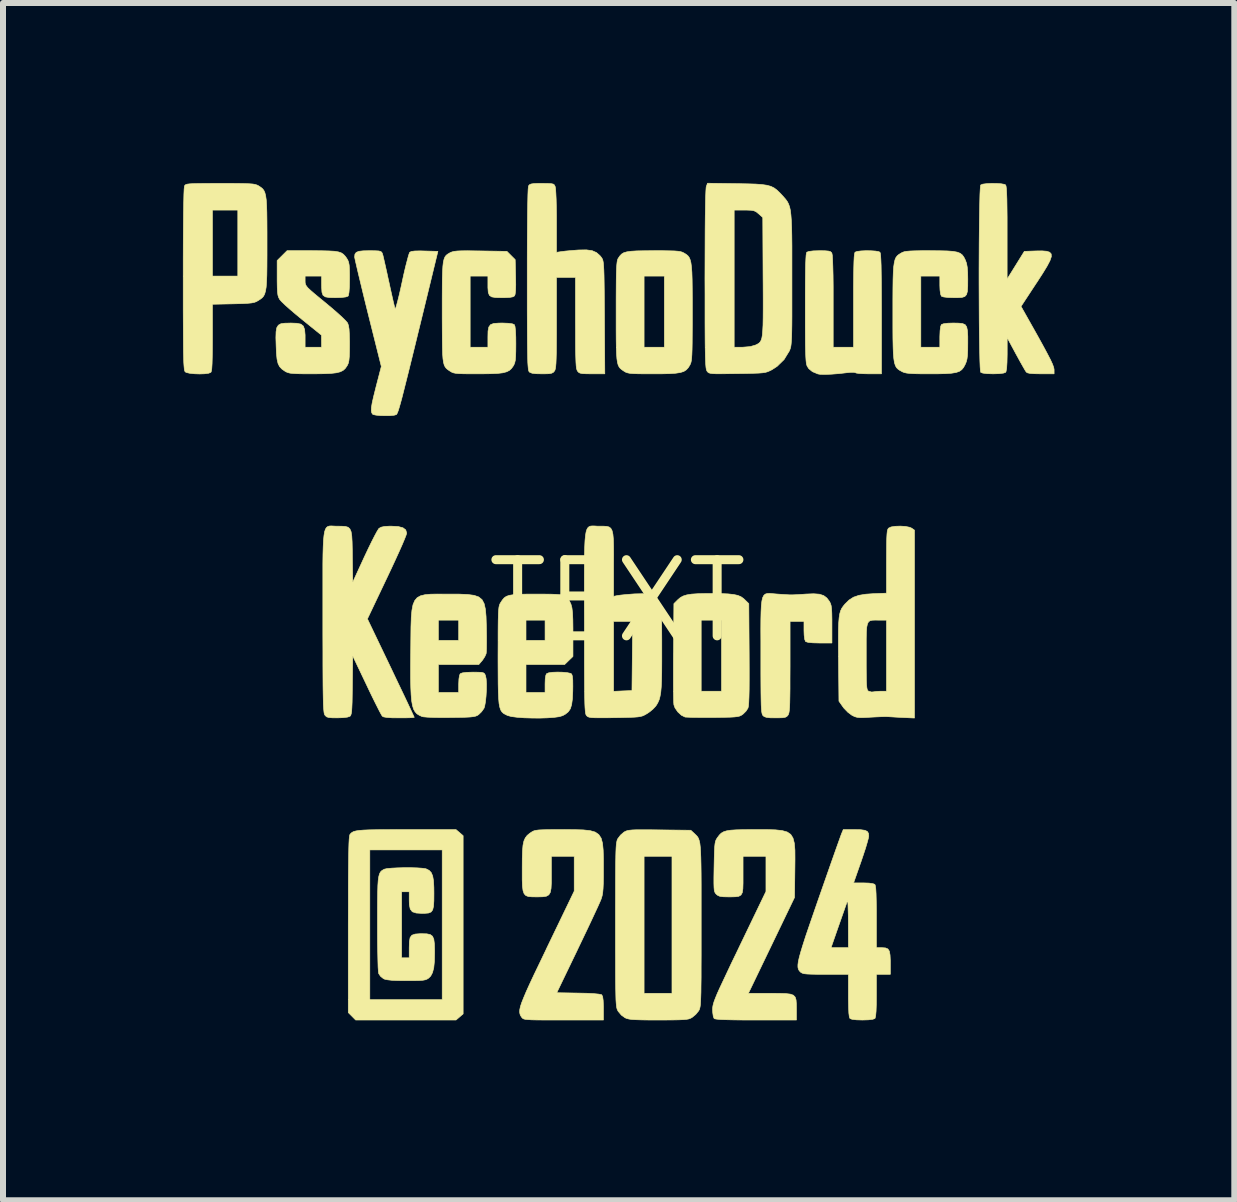
<source format=kicad_pcb>
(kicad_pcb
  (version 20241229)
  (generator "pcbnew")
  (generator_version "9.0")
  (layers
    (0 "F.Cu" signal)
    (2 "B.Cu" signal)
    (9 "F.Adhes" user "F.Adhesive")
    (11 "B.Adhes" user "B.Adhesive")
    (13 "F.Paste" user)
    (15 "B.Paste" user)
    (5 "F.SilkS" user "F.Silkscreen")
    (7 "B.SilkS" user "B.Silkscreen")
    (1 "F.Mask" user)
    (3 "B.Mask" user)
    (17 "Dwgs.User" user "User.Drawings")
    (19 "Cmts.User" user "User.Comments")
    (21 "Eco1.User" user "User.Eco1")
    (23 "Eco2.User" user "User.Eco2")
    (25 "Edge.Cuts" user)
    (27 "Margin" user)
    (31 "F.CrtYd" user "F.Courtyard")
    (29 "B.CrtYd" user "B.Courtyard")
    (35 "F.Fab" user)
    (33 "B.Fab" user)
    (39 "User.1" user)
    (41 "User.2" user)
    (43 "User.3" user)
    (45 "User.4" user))
  (footprint "TEXT"
    (layer "F.Cu")
    (at 7.244 6.972)
    (property "Reference" "TEXT" (at 0 0 0) (layer "F.SilkS") (effects (font (size 1.27 1.27) (thickness 0.15))))
    (attr through_hole)
    (fp_poly (pts (xy -2.631 3.861) (xy -2.572 3.912) (xy -2.572 6.883) (xy -2.691 6.985) (xy -4.364 6.985) (xy -4.487 6.861) (xy -4.487 5.394) (xy -4.486 5.092) (xy -4.486 4.83) (xy -4.485 4.606) (xy -4.483 4.417) (xy -4.481 4.261) (xy -4.479 4.149) (xy -4.128 4.149) (xy -4.128 6.646) (xy -2.921 6.646) (xy -2.921 4.149) (xy -4.128 4.149) (xy -4.479 4.149) (xy -4.479 4.136) (xy -4.476 4.04) (xy -4.472 3.969) (xy -4.467 3.923) (xy -4.462 3.897) (xy -4.46 3.893) (xy -4.443 3.872) (xy -4.423 3.856) (xy -4.396 3.842) (xy -4.357 3.832) (xy -4.304 3.824) (xy -4.231 3.818) (xy -4.135 3.814) (xy -4.012 3.812) (xy -3.857 3.811) (xy -3.667 3.81) (xy -3.516 3.81) (xy -2.691 3.81) (xy -2.631 3.861)) (stroke (width 0.01) (type solid)) (fill yes) (layer "F.SilkS"))
    (fp_poly (pts (xy 1.724 -0.125) (xy 1.845 -0.12) (xy 1.937 -0.11) (xy 2.007 -0.095) (xy 2.06 -0.073) (xy 2.104 -0.042) (xy 2.125 -0.022) (xy 2.191 0.043) (xy 2.197 0.883) (xy 2.198 1.119) (xy 2.198 1.316) (xy 2.197 1.474) (xy 2.194 1.598) (xy 2.19 1.689) (xy 2.185 1.749) (xy 2.178 1.782) (xy 2.178 1.783) (xy 2.144 1.836) (xy 2.093 1.886) (xy 2.087 1.89) (xy 2.063 1.906) (xy 2.036 1.918) (xy 2 1.926) (xy 1.95 1.932) (xy 1.878 1.936) (xy 1.778 1.938) (xy 1.644 1.94) (xy 1.598 1.94) (xy 1.466 1.94) (xy 1.345 1.94) (xy 1.244 1.939) (xy 1.17 1.936) (xy 1.13 1.934) (xy 1.127 1.933) (xy 1.068 1.904) (xy 1.008 1.849) (xy 0.961 1.782) (xy 0.942 1.73) (xy 0.939 1.693) (xy 0.937 1.62) (xy 0.935 1.515) (xy 0.934 1.382) (xy 0.934 1.228) (xy 0.934 1.057) (xy 0.935 0.874) (xy 0.936 0.852) (xy 0.94 0.318) (xy 1.397 0.318) (xy 1.397 1.503) (xy 1.736 1.503) (xy 1.736 0.318) (xy 1.397 0.318) (xy 0.94 0.318) (xy 0.942 0.043) (xy 1.007 -0.022) (xy 1.049 -0.058) (xy 1.096 -0.084) (xy 1.156 -0.103) (xy 1.236 -0.116) (xy 1.341 -0.123) (xy 1.479 -0.126) (xy 1.566 -0.126) (xy 1.724 -0.125)) (stroke (width 0.01) (type solid)) (fill yes) (layer "F.SilkS"))
    (fp_poly (pts (xy 2.584 -0.124) (xy 2.642 -0.119) (xy 2.653 -0.118) (xy 2.741 -0.112) (xy 2.819 -0.107) (xy 2.872 -0.104) (xy 2.879 -0.104) (xy 2.922 -0.104) (xy 2.996 -0.107) (xy 3.087 -0.113) (xy 3.144 -0.117) (xy 3.272 -0.122) (xy 3.368 -0.115) (xy 3.439 -0.092) (xy 3.492 -0.052) (xy 3.536 0.006) (xy 3.552 0.038) (xy 3.564 0.076) (xy 3.571 0.127) (xy 3.575 0.2) (xy 3.577 0.303) (xy 3.577 0.386) (xy 3.577 0.699) (xy 3.37 0.699) (xy 3.257 0.696) (xy 3.179 0.688) (xy 3.139 0.675) (xy 3.137 0.673) (xy 3.123 0.638) (xy 3.114 0.57) (xy 3.111 0.493) (xy 3.111 0.339) (xy 2.879 0.339) (xy 2.879 1.096) (xy 2.878 1.299) (xy 2.878 1.464) (xy 2.876 1.595) (xy 2.874 1.697) (xy 2.871 1.772) (xy 2.866 1.827) (xy 2.86 1.864) (xy 2.852 1.888) (xy 2.846 1.9) (xy 2.825 1.924) (xy 2.797 1.938) (xy 2.75 1.945) (xy 2.676 1.947) (xy 2.637 1.947) (xy 2.545 1.946) (xy 2.486 1.939) (xy 2.448 1.926) (xy 2.427 1.909) (xy 2.419 1.896) (xy 2.412 1.876) (xy 2.406 1.845) (xy 2.402 1.8) (xy 2.398 1.735) (xy 2.396 1.649) (xy 2.394 1.536) (xy 2.393 1.394) (xy 2.392 1.218) (xy 2.392 1.005) (xy 2.392 0.914) (xy 2.392 0.675) (xy 2.391 0.476) (xy 2.392 0.312) (xy 2.395 0.18) (xy 2.4 0.077) (xy 2.409 -0.001) (xy 2.422 -0.057) (xy 2.441 -0.094) (xy 2.465 -0.116) (xy 2.497 -0.126) (xy 2.536 -0.128) (xy 2.584 -0.124)) (stroke (width 0.01) (type solid)) (fill yes) (layer "F.SilkS"))
    (fp_poly (pts (xy 4.226 -5.841) (xy 4.303 -5.836) (xy 4.358 -5.826) (xy 4.377 -5.817) (xy 4.384 -5.799) (xy 4.389 -5.759) (xy 4.393 -5.692) (xy 4.397 -5.598) (xy 4.399 -5.473) (xy 4.401 -5.314) (xy 4.402 -5.119) (xy 4.403 -4.885) (xy 4.403 -4.79) (xy 4.403 -3.789) (xy 4.192 -3.789) (xy 4.102 -3.791) (xy 4.029 -3.795) (xy 3.982 -3.802) (xy 3.971 -3.807) (xy 3.946 -3.814) (xy 3.892 -3.814) (xy 3.837 -3.809) (xy 3.696 -3.793) (xy 3.567 -3.783) (xy 3.459 -3.779) (xy 3.379 -3.781) (xy 3.343 -3.787) (xy 3.252 -3.825) (xy 3.192 -3.874) (xy 3.165 -3.915) (xy 3.157 -3.936) (xy 3.15 -3.967) (xy 3.145 -4.013) (xy 3.141 -4.076) (xy 3.138 -4.161) (xy 3.135 -4.272) (xy 3.134 -4.413) (xy 3.133 -4.587) (xy 3.133 -4.797) (xy 3.133 -4.884) (xy 3.133 -5.12) (xy 3.134 -5.317) (xy 3.136 -5.477) (xy 3.138 -5.602) (xy 3.142 -5.697) (xy 3.146 -5.762) (xy 3.152 -5.801) (xy 3.158 -5.817) (xy 3.194 -5.83) (xy 3.266 -5.839) (xy 3.369 -5.842) (xy 3.46 -5.841) (xy 3.518 -5.836) (xy 3.552 -5.827) (xy 3.571 -5.81) (xy 3.576 -5.801) (xy 3.583 -5.767) (xy 3.588 -5.694) (xy 3.592 -5.581) (xy 3.596 -5.432) (xy 3.598 -5.248) (xy 3.598 -5.031) (xy 3.598 -4.997) (xy 3.598 -4.233) (xy 3.937 -4.233) (xy 3.937 -5.012) (xy 3.937 -5.231) (xy 3.939 -5.41) (xy 3.941 -5.553) (xy 3.944 -5.662) (xy 3.948 -5.739) (xy 3.954 -5.789) (xy 3.961 -5.814) (xy 3.962 -5.817) (xy 3.997 -5.83) (xy 4.061 -5.838) (xy 4.141 -5.842) (xy 4.226 -5.841)) (stroke (width 0.01) (type solid)) (fill yes) (layer "F.SilkS"))
    (fp_poly (pts (xy -4.04 -5.841) (xy -3.981 -5.838) (xy -3.947 -5.83) (xy -3.929 -5.816) (xy -3.918 -5.794) (xy -3.908 -5.76) (xy -3.892 -5.691) (xy -3.87 -5.594) (xy -3.844 -5.478) (xy -3.816 -5.348) (xy -3.81 -5.323) (xy -3.782 -5.194) (xy -3.756 -5.078) (xy -3.734 -4.981) (xy -3.717 -4.912) (xy -3.707 -4.876) (xy -3.706 -4.873) (xy -3.697 -4.885) (xy -3.682 -4.933) (xy -3.661 -5.011) (xy -3.635 -5.115) (xy -3.607 -5.239) (xy -3.59 -5.317) (xy -3.56 -5.454) (xy -3.531 -5.578) (xy -3.504 -5.682) (xy -3.483 -5.761) (xy -3.467 -5.807) (xy -3.462 -5.816) (xy -3.434 -5.83) (xy -3.378 -5.837) (xy -3.287 -5.839) (xy -3.215 -5.837) (xy -2.993 -5.831) (xy -3.25 -4.773) (xy -3.324 -4.471) (xy -3.388 -4.208) (xy -3.444 -3.981) (xy -3.492 -3.787) (xy -3.533 -3.624) (xy -3.567 -3.489) (xy -3.595 -3.379) (xy -3.619 -3.292) (xy -3.638 -3.226) (xy -3.653 -3.177) (xy -3.666 -3.144) (xy -3.676 -3.122) (xy -3.684 -3.111) (xy -3.687 -3.109) (xy -3.725 -3.098) (xy -3.791 -3.092) (xy -3.871 -3.091) (xy -3.953 -3.093) (xy -4.024 -3.1) (xy -4.071 -3.11) (xy -4.081 -3.116) (xy -4.096 -3.139) (xy -4.103 -3.174) (xy -4.101 -3.227) (xy -4.089 -3.302) (xy -4.066 -3.405) (xy -4.032 -3.541) (xy -4.021 -3.585) (xy -3.936 -3.912) (xy -4.159 -4.803) (xy -4.206 -4.992) (xy -4.249 -5.169) (xy -4.288 -5.331) (xy -4.322 -5.472) (xy -4.349 -5.588) (xy -4.369 -5.675) (xy -4.38 -5.728) (xy -4.381 -5.742) (xy -4.376 -5.785) (xy -4.354 -5.814) (xy -4.31 -5.832) (xy -4.237 -5.84) (xy -4.133 -5.842) (xy -4.04 -5.841)) (stroke (width 0.01) (type solid)) (fill yes) (layer "F.SilkS"))
    (fp_poly (pts (xy 6.322 -6.963) (xy 6.398 -6.958) (xy 6.454 -6.948) (xy 6.473 -6.938) (xy 6.48 -6.919) (xy 6.486 -6.876) (xy 6.49 -6.804) (xy 6.494 -6.703) (xy 6.496 -6.568) (xy 6.498 -6.398) (xy 6.498 -6.188) (xy 6.498 -6.141) (xy 6.498 -5.369) (xy 6.785 -5.831) (xy 6.982 -5.838) (xy 7.082 -5.839) (xy 7.157 -5.833) (xy 7.207 -5.817) (xy 7.233 -5.788) (xy 7.235 -5.742) (xy 7.212 -5.675) (xy 7.164 -5.584) (xy 7.092 -5.466) (xy 6.996 -5.317) (xy 6.984 -5.3) (xy 6.73 -4.913) (xy 7.006 -4.423) (xy 7.097 -4.258) (xy 7.168 -4.126) (xy 7.221 -4.024) (xy 7.256 -3.948) (xy 7.275 -3.894) (xy 7.281 -3.861) (xy 7.281 -3.789) (xy 7.062 -3.789) (xy 6.953 -3.791) (xy 6.88 -3.796) (xy 6.836 -3.806) (xy 6.817 -3.819) (xy 6.798 -3.848) (xy 6.764 -3.907) (xy 6.718 -3.988) (xy 6.666 -4.083) (xy 6.645 -4.121) (xy 6.499 -4.392) (xy 6.499 -4.116) (xy 6.496 -3.979) (xy 6.49 -3.883) (xy 6.48 -3.828) (xy 6.473 -3.814) (xy 6.437 -3.801) (xy 6.365 -3.792) (xy 6.265 -3.789) (xy 6.164 -3.792) (xy 6.093 -3.801) (xy 6.058 -3.814) (xy 6.053 -3.84) (xy 6.048 -3.904) (xy 6.044 -4.002) (xy 6.041 -4.131) (xy 6.038 -4.285) (xy 6.035 -4.461) (xy 6.033 -4.655) (xy 6.032 -4.862) (xy 6.031 -5.079) (xy 6.03 -5.301) (xy 6.03 -5.525) (xy 6.031 -5.746) (xy 6.032 -5.961) (xy 6.034 -6.164) (xy 6.036 -6.352) (xy 6.039 -6.522) (xy 6.042 -6.668) (xy 6.045 -6.786) (xy 6.05 -6.874) (xy 6.054 -6.926) (xy 6.058 -6.938) (xy 6.092 -6.952) (xy 6.156 -6.96) (xy 6.237 -6.964) (xy 6.322 -6.963)) (stroke (width 0.01) (type solid)) (fill yes) (layer "F.SilkS"))
    (fp_poly (pts (xy -3.445 4.445) (xy -3.341 4.448) (xy -3.255 4.454) (xy -3.198 4.462) (xy -3.188 4.465) (xy -3.139 4.49) (xy -3.104 4.527) (xy -3.08 4.583) (xy -3.066 4.663) (xy -3.06 4.774) (xy -3.059 4.874) (xy -3.06 5) (xy -3.066 5.089) (xy -3.08 5.148) (xy -3.106 5.183) (xy -3.149 5.201) (xy -3.211 5.206) (xy -3.259 5.207) (xy -3.356 5.201) (xy -3.419 5.18) (xy -3.454 5.135) (xy -3.469 5.061) (xy -3.471 4.994) (xy -3.471 4.847) (xy -3.598 4.847) (xy -3.598 5.948) (xy -3.471 5.948) (xy -3.471 5.78) (xy -3.468 5.678) (xy -3.456 5.61) (xy -3.426 5.571) (xy -3.373 5.552) (xy -3.291 5.546) (xy -3.259 5.546) (xy -3.178 5.548) (xy -3.121 5.56) (xy -3.083 5.588) (xy -3.061 5.638) (xy -3.051 5.716) (xy -3.048 5.828) (xy -3.048 5.863) (xy -3.051 6.007) (xy -3.062 6.115) (xy -3.083 6.195) (xy -3.113 6.252) (xy -3.147 6.286) (xy -3.172 6.302) (xy -3.201 6.314) (xy -3.243 6.322) (xy -3.305 6.326) (xy -3.393 6.328) (xy -3.517 6.328) (xy -3.522 6.328) (xy -3.658 6.327) (xy -3.759 6.323) (xy -3.83 6.315) (xy -3.878 6.305) (xy -3.901 6.295) (xy -3.95 6.255) (xy -3.98 6.21) (xy -3.985 6.176) (xy -3.99 6.105) (xy -3.993 6) (xy -3.996 5.868) (xy -3.999 5.711) (xy -4 5.536) (xy -4 5.384) (xy -4 5.171) (xy -3.999 4.995) (xy -3.997 4.854) (xy -3.994 4.743) (xy -3.988 4.658) (xy -3.979 4.595) (xy -3.967 4.55) (xy -3.951 4.518) (xy -3.931 4.497) (xy -3.906 4.481) (xy -3.885 4.47) (xy -3.841 4.46) (xy -3.765 4.453) (xy -3.667 4.448) (xy -3.557 4.445) (xy -3.445 4.445)) (stroke (width 0.01) (type solid)) (fill yes) (layer "F.SilkS"))
    (fp_poly (pts (xy 0.756 -5.842) (xy 0.869 -5.84) (xy 0.952 -5.838) (xy 1.012 -5.833) (xy 1.055 -5.826) (xy 1.086 -5.816) (xy 1.113 -5.802) (xy 1.118 -5.799) (xy 1.15 -5.779) (xy 1.176 -5.757) (xy 1.197 -5.729) (xy 1.213 -5.692) (xy 1.226 -5.641) (xy 1.235 -5.573) (xy 1.242 -5.482) (xy 1.246 -5.366) (xy 1.248 -5.22) (xy 1.249 -5.039) (xy 1.249 -4.821) (xy 1.249 -4.81) (xy 1.249 -4.604) (xy 1.248 -4.435) (xy 1.247 -4.3) (xy 1.245 -4.194) (xy 1.242 -4.113) (xy 1.238 -4.053) (xy 1.233 -4.009) (xy 1.226 -3.977) (xy 1.217 -3.953) (xy 1.21 -3.938) (xy 1.182 -3.892) (xy 1.149 -3.856) (xy 1.107 -3.829) (xy 1.05 -3.811) (xy 0.971 -3.799) (xy 0.866 -3.792) (xy 0.728 -3.789) (xy 0.601 -3.789) (xy 0.456 -3.789) (xy 0.347 -3.79) (xy 0.267 -3.793) (xy 0.211 -3.797) (xy 0.171 -3.805) (xy 0.141 -3.815) (xy 0.115 -3.83) (xy 0.104 -3.837) (xy 0.074 -3.858) (xy 0.049 -3.878) (xy 0.029 -3.903) (xy 0.013 -3.935) (xy 0.001 -3.98) (xy -0.008 -4.04) (xy -0.014 -4.121) (xy -0.018 -4.226) (xy -0.02 -4.36) (xy -0.021 -4.526) (xy -0.021 -4.729) (xy -0.021 -4.823) (xy -0.021 -5.036) (xy -0.02 -5.21) (xy -0.019 -5.351) (xy -0.018 -5.419) (xy 0.445 -5.419) (xy 0.445 -4.233) (xy 0.783 -4.233) (xy 0.783 -5.419) (xy 0.445 -5.419) (xy -0.018 -5.419) (xy -0.017 -5.461) (xy -0.014 -5.546) (xy -0.01 -5.609) (xy -0.005 -5.654) (xy 0.001 -5.685) (xy 0.009 -5.707) (xy 0.013 -5.714) (xy 0.04 -5.754) (xy 0.069 -5.785) (xy 0.106 -5.808) (xy 0.158 -5.823) (xy 0.229 -5.833) (xy 0.326 -5.839) (xy 0.455 -5.841) (xy 0.607 -5.842) (xy 0.756 -5.842)) (stroke (width 0.01) (type solid)) (fill yes) (layer "F.SilkS"))
    (fp_poly (pts (xy 4.801 -1.245) (xy 4.871 -1.231) (xy 4.906 -1.216) (xy 4.953 -1.183) (xy 4.953 1.95) (xy 4.736 1.94) (xy 4.642 1.935) (xy 4.561 1.93) (xy 4.506 1.927) (xy 4.487 1.926) (xy 4.454 1.926) (xy 4.389 1.928) (xy 4.301 1.932) (xy 4.223 1.936) (xy 4.119 1.942) (xy 4.047 1.943) (xy 3.997 1.938) (xy 3.958 1.927) (xy 3.92 1.909) (xy 3.906 1.901) (xy 3.842 1.853) (xy 3.779 1.788) (xy 3.758 1.76) (xy 3.694 1.669) (xy 3.687 0.977) (xy 3.685 0.771) (xy 3.685 0.77) (xy 4.149 0.77) (xy 4.149 0.92) (xy 4.149 1.09) (xy 4.15 1.222) (xy 4.151 1.321) (xy 4.154 1.393) (xy 4.159 1.442) (xy 4.165 1.473) (xy 4.174 1.491) (xy 4.185 1.501) (xy 4.186 1.502) (xy 4.237 1.516) (xy 4.265 1.514) (xy 4.313 1.507) (xy 4.38 1.503) (xy 4.397 1.503) (xy 4.487 1.503) (xy 4.487 0.318) (xy 4.359 0.318) (xy 4.298 0.317) (xy 4.25 0.319) (xy 4.213 0.327) (xy 4.187 0.346) (xy 4.169 0.381) (xy 4.157 0.437) (xy 4.151 0.517) (xy 4.149 0.627) (xy 4.149 0.77) (xy 3.685 0.77) (xy 3.685 0.603) (xy 3.686 0.468) (xy 3.69 0.361) (xy 3.697 0.277) (xy 3.707 0.213) (xy 3.721 0.163) (xy 3.74 0.122) (xy 3.764 0.087) (xy 3.793 0.051) (xy 3.862 -0.017) (xy 3.937 -0.065) (xy 4.027 -0.096) (xy 4.142 -0.115) (xy 4.26 -0.123) (xy 4.487 -0.132) (xy 4.487 -0.657) (xy 4.488 -0.823) (xy 4.489 -0.952) (xy 4.491 -1.049) (xy 4.495 -1.118) (xy 4.5 -1.165) (xy 4.508 -1.195) (xy 4.518 -1.213) (xy 4.521 -1.216) (xy 4.563 -1.236) (xy 4.633 -1.247) (xy 4.717 -1.25) (xy 4.801 -1.245)) (stroke (width 0.01) (type solid)) (fill yes) (layer "F.SilkS"))
    (fp_poly (pts (xy 2.486 3.81) (xy 2.633 3.814) (xy 2.746 3.826) (xy 2.831 3.85) (xy 2.89 3.89) (xy 2.928 3.951) (xy 2.95 4.037) (xy 2.96 4.153) (xy 2.961 4.302) (xy 2.959 4.483) (xy 2.953 4.942) (xy 2.184 6.54) (xy 2.551 6.54) (xy 2.697 6.541) (xy 2.806 6.544) (xy 2.883 6.553) (xy 2.934 6.571) (xy 2.964 6.603) (xy 2.979 6.65) (xy 2.984 6.717) (xy 2.985 6.807) (xy 2.985 6.985) (xy 2.311 6.985) (xy 2.108 6.985) (xy 1.944 6.983) (xy 1.817 6.98) (xy 1.723 6.977) (xy 1.659 6.971) (xy 1.623 6.965) (xy 1.613 6.96) (xy 1.599 6.926) (xy 1.59 6.865) (xy 1.587 6.812) (xy 1.588 6.783) (xy 1.592 6.752) (xy 1.6 6.717) (xy 1.613 6.674) (xy 1.634 6.619) (xy 1.663 6.548) (xy 1.703 6.459) (xy 1.755 6.348) (xy 1.82 6.21) (xy 1.899 6.042) (xy 1.996 5.842) (xy 2.032 5.766) (xy 2.477 4.842) (xy 2.477 4.255) (xy 2.095 4.255) (xy 2.095 4.571) (xy 2.095 4.702) (xy 2.092 4.797) (xy 2.082 4.862) (xy 2.06 4.901) (xy 2.024 4.922) (xy 1.968 4.93) (xy 1.89 4.932) (xy 1.853 4.932) (xy 1.766 4.93) (xy 1.71 4.923) (xy 1.673 4.907) (xy 1.649 4.888) (xy 1.634 4.871) (xy 1.623 4.85) (xy 1.615 4.82) (xy 1.611 4.774) (xy 1.609 4.706) (xy 1.609 4.61) (xy 1.611 4.48) (xy 1.612 4.427) (xy 1.615 4.284) (xy 1.618 4.176) (xy 1.622 4.098) (xy 1.628 4.043) (xy 1.636 4.004) (xy 1.648 3.975) (xy 1.664 3.949) (xy 1.669 3.942) (xy 1.7 3.901) (xy 1.731 3.87) (xy 1.77 3.847) (xy 1.82 3.831) (xy 1.889 3.82) (xy 1.981 3.814) (xy 2.103 3.811) (xy 2.26 3.81) (xy 2.301 3.81) (xy 2.486 3.81)) (stroke (width 0.01) (type solid)) (fill yes) (layer "F.SilkS"))
    (fp_poly (pts (xy -2.366 -5.839) (xy -2.281 -5.838) (xy -1.842 -5.831) (xy -1.773 -5.762) (xy -1.704 -5.693) (xy -1.697 -5.407) (xy -1.695 -5.272) (xy -1.698 -5.176) (xy -1.705 -5.116) (xy -1.715 -5.089) (xy -1.743 -5.073) (xy -1.796 -5.063) (xy -1.883 -5.059) (xy -1.928 -5.059) (xy -2.029 -5.061) (xy -2.096 -5.072) (xy -2.134 -5.098) (xy -2.153 -5.147) (xy -2.159 -5.226) (xy -2.159 -5.28) (xy -2.159 -5.419) (xy -2.455 -5.419) (xy -2.455 -4.233) (xy -2.159 -4.233) (xy -2.159 -4.401) (xy -2.157 -4.502) (xy -2.144 -4.569) (xy -2.115 -4.609) (xy -2.062 -4.629) (xy -1.977 -4.635) (xy -1.918 -4.636) (xy -1.821 -4.632) (xy -1.752 -4.623) (xy -1.719 -4.61) (xy -1.707 -4.578) (xy -1.699 -4.509) (xy -1.694 -4.401) (xy -1.693 -4.287) (xy -1.694 -4.166) (xy -1.697 -4.078) (xy -1.702 -4.016) (xy -1.712 -3.972) (xy -1.726 -3.937) (xy -1.736 -3.92) (xy -1.766 -3.878) (xy -1.801 -3.846) (xy -1.847 -3.823) (xy -1.911 -3.806) (xy -1.997 -3.796) (xy -2.112 -3.791) (xy -2.261 -3.789) (xy -2.325 -3.789) (xy -2.465 -3.789) (xy -2.569 -3.79) (xy -2.645 -3.793) (xy -2.698 -3.798) (xy -2.736 -3.806) (xy -2.765 -3.818) (xy -2.792 -3.835) (xy -2.796 -3.837) (xy -2.826 -3.858) (xy -2.851 -3.878) (xy -2.871 -3.903) (xy -2.887 -3.935) (xy -2.899 -3.98) (xy -2.908 -4.04) (xy -2.914 -4.121) (xy -2.917 -4.226) (xy -2.919 -4.36) (xy -2.92 -4.526) (xy -2.921 -4.729) (xy -2.921 -4.823) (xy -2.921 -5.043) (xy -2.92 -5.225) (xy -2.919 -5.373) (xy -2.915 -5.491) (xy -2.91 -5.582) (xy -2.902 -5.651) (xy -2.89 -5.702) (xy -2.875 -5.738) (xy -2.855 -5.765) (xy -2.831 -5.784) (xy -2.801 -5.802) (xy -2.785 -5.811) (xy -2.757 -5.822) (xy -2.721 -5.831) (xy -2.669 -5.837) (xy -2.597 -5.84) (xy -2.498 -5.841) (xy -2.366 -5.839)) (stroke (width 0.01) (type solid)) (fill yes) (layer "F.SilkS"))
    (fp_poly (pts (xy -2.862 -0.116) (xy -2.815 -0.116) (xy -2.637 -0.116) (xy -2.497 -0.11) (xy -2.39 -0.096) (xy -2.312 -0.069) (xy -2.257 -0.024) (xy -2.222 0.042) (xy -2.201 0.134) (xy -2.19 0.255) (xy -2.185 0.411) (xy -2.184 0.461) (xy -2.182 0.585) (xy -2.182 0.697) (xy -2.183 0.789) (xy -2.186 0.853) (xy -2.189 0.878) (xy -2.211 0.927) (xy -2.248 0.984) (xy -2.256 0.993) (xy -2.311 1.058) (xy -2.985 1.058) (xy -2.985 1.524) (xy -2.646 1.524) (xy -2.646 1.38) (xy -2.642 1.298) (xy -2.632 1.237) (xy -2.62 1.211) (xy -2.584 1.197) (xy -2.512 1.188) (xy -2.409 1.185) (xy -2.408 1.185) (xy -2.319 1.186) (xy -2.263 1.189) (xy -2.23 1.198) (xy -2.212 1.214) (xy -2.2 1.241) (xy -2.199 1.244) (xy -2.188 1.298) (xy -2.183 1.382) (xy -2.184 1.483) (xy -2.19 1.587) (xy -2.2 1.682) (xy -2.214 1.757) (xy -2.224 1.787) (xy -2.264 1.844) (xy -2.314 1.893) (xy -2.337 1.908) (xy -2.365 1.919) (xy -2.402 1.927) (xy -2.457 1.933) (xy -2.534 1.937) (xy -2.641 1.939) (xy -2.784 1.941) (xy -2.79 1.941) (xy -2.938 1.942) (xy -3.065 1.94) (xy -3.165 1.936) (xy -3.233 1.93) (xy -3.26 1.924) (xy -3.305 1.903) (xy -3.343 1.879) (xy -3.373 1.846) (xy -3.398 1.802) (xy -3.416 1.743) (xy -3.43 1.665) (xy -3.439 1.564) (xy -3.445 1.436) (xy -3.448 1.277) (xy -3.448 1.084) (xy -3.446 0.852) (xy -3.446 0.843) (xy -3.444 0.616) (xy -3.442 0.428) (xy -3.438 0.318) (xy -2.985 0.318) (xy -2.985 0.656) (xy -2.646 0.656) (xy -2.646 0.318) (xy -2.985 0.318) (xy -3.438 0.318) (xy -3.437 0.276) (xy -3.426 0.154) (xy -3.408 0.061) (xy -3.379 -0.008) (xy -3.338 -0.057) (xy -3.282 -0.088) (xy -3.209 -0.106) (xy -3.116 -0.115) (xy -3.001 -0.117) (xy -2.862 -0.116)) (stroke (width 0.01) (type solid)) (fill yes) (layer "F.SilkS"))
    (fp_poly (pts (xy -6.45 -6.964) (xy -6.315 -6.963) (xy -6.212 -6.961) (xy -6.136 -6.958) (xy -6.08 -6.954) (xy -6.041 -6.947) (xy -6.012 -6.938) (xy -5.988 -6.927) (xy -5.979 -6.921) (xy -5.945 -6.899) (xy -5.917 -6.876) (xy -5.895 -6.848) (xy -5.878 -6.811) (xy -5.865 -6.76) (xy -5.855 -6.691) (xy -5.849 -6.6) (xy -5.845 -6.484) (xy -5.843 -6.336) (xy -5.842 -6.155) (xy -5.842 -5.969) (xy -5.842 -5.755) (xy -5.843 -5.578) (xy -5.845 -5.436) (xy -5.85 -5.323) (xy -5.856 -5.236) (xy -5.867 -5.17) (xy -5.881 -5.121) (xy -5.899 -5.085) (xy -5.923 -5.057) (xy -5.953 -5.034) (xy -5.987 -5.012) (xy -6.02 -4.993) (xy -6.055 -4.98) (xy -6.1 -4.971) (xy -6.163 -4.965) (xy -6.251 -4.96) (xy -6.372 -4.957) (xy -6.408 -4.956) (xy -6.752 -4.949) (xy -6.752 -4.394) (xy -6.753 -4.209) (xy -6.755 -4.064) (xy -6.758 -3.955) (xy -6.763 -3.879) (xy -6.77 -3.833) (xy -6.778 -3.814) (xy -6.815 -3.799) (xy -6.881 -3.79) (xy -6.964 -3.787) (xy -7.051 -3.79) (xy -7.129 -3.798) (xy -7.186 -3.811) (xy -7.206 -3.822) (xy -7.212 -3.832) (xy -7.218 -3.85) (xy -7.222 -3.878) (xy -7.226 -3.921) (xy -7.23 -3.979) (xy -7.232 -4.058) (xy -7.235 -4.158) (xy -7.236 -4.284) (xy -7.237 -4.438) (xy -7.238 -4.623) (xy -7.239 -4.842) (xy -7.239 -5.098) (xy -7.239 -5.369) (xy -7.239 -5.707) (xy -7.238 -6.004) (xy -7.236 -6.259) (xy -7.234 -6.474) (xy -7.233 -6.519) (xy -6.752 -6.519) (xy -6.752 -5.419) (xy -6.329 -5.419) (xy -6.329 -6.519) (xy -6.752 -6.519) (xy -7.233 -6.519) (xy -7.231 -6.647) (xy -7.228 -6.779) (xy -7.224 -6.868) (xy -7.219 -6.916) (xy -7.217 -6.923) (xy -7.209 -6.935) (xy -7.195 -6.945) (xy -7.17 -6.952) (xy -7.13 -6.957) (xy -7.071 -6.96) (xy -6.986 -6.962) (xy -6.871 -6.963) (xy -6.721 -6.964) (xy -6.622 -6.964) (xy -6.45 -6.964)) (stroke (width 0.01) (type solid)) (fill yes) (layer "F.SilkS"))
    (fp_poly (pts (xy -1.216 -0.116) (xy -1.106 -0.115) (xy -1.026 -0.112) (xy -0.97 -0.108) (xy -0.931 -0.101) (xy -0.903 -0.09) (xy -0.88 -0.076) (xy -0.875 -0.073) (xy -0.831 -0.037) (xy -0.799 0.001) (xy -0.775 0.049) (xy -0.758 0.112) (xy -0.748 0.196) (xy -0.743 0.309) (xy -0.741 0.455) (xy -0.741 0.52) (xy -0.741 0.923) (xy -0.811 0.991) (xy -0.88 1.058) (xy -1.524 1.058) (xy -1.524 1.524) (xy -1.206 1.524) (xy -1.206 1.38) (xy -1.203 1.298) (xy -1.193 1.237) (xy -1.181 1.211) (xy -1.145 1.196) (xy -1.081 1.187) (xy -0.999 1.184) (xy -0.914 1.186) (xy -0.838 1.193) (xy -0.782 1.205) (xy -0.763 1.216) (xy -0.751 1.25) (xy -0.744 1.317) (xy -0.743 1.422) (xy -0.744 1.5) (xy -0.75 1.63) (xy -0.763 1.726) (xy -0.784 1.795) (xy -0.818 1.845) (xy -0.867 1.885) (xy -0.912 1.91) (xy -0.968 1.927) (xy -1.056 1.939) (xy -1.169 1.947) (xy -1.296 1.951) (xy -1.429 1.95) (xy -1.558 1.946) (xy -1.674 1.937) (xy -1.768 1.925) (xy -1.83 1.908) (xy -1.833 1.907) (xy -1.87 1.889) (xy -1.901 1.871) (xy -1.926 1.847) (xy -1.946 1.815) (xy -1.961 1.769) (xy -1.973 1.707) (xy -1.98 1.624) (xy -1.985 1.517) (xy -1.988 1.38) (xy -1.989 1.211) (xy -1.99 1.005) (xy -1.99 0.907) (xy -1.989 0.699) (xy -1.989 0.53) (xy -1.988 0.394) (xy -1.987 0.318) (xy -1.524 0.318) (xy -1.524 0.656) (xy -1.206 0.656) (xy -1.206 0.318) (xy -1.524 0.318) (xy -1.987 0.318) (xy -1.986 0.288) (xy -1.984 0.207) (xy -1.98 0.147) (xy -1.975 0.103) (xy -1.968 0.072) (xy -1.96 0.049) (xy -1.949 0.029) (xy -1.948 0.028) (xy -1.918 -0.018) (xy -1.888 -0.053) (xy -1.851 -0.079) (xy -1.801 -0.096) (xy -1.732 -0.107) (xy -1.639 -0.113) (xy -1.516 -0.116) (xy -1.362 -0.116) (xy -1.216 -0.116)) (stroke (width 0.01) (type solid)) (fill yes) (layer "F.SilkS"))
    (fp_poly (pts (xy 5.376 -5.841) (xy 5.501 -5.838) (xy 5.596 -5.831) (xy 5.666 -5.818) (xy 5.715 -5.799) (xy 5.751 -5.771) (xy 5.778 -5.733) (xy 5.801 -5.687) (xy 5.821 -5.633) (xy 5.833 -5.568) (xy 5.84 -5.481) (xy 5.842 -5.37) (xy 5.841 -5.249) (xy 5.836 -5.165) (xy 5.821 -5.11) (xy 5.792 -5.078) (xy 5.744 -5.063) (xy 5.672 -5.059) (xy 5.613 -5.059) (xy 5.51 -5.062) (xy 5.438 -5.071) (xy 5.402 -5.084) (xy 5.388 -5.12) (xy 5.379 -5.187) (xy 5.376 -5.264) (xy 5.376 -5.419) (xy 5.059 -5.419) (xy 5.059 -4.233) (xy 5.376 -4.233) (xy 5.376 -4.409) (xy 5.38 -4.507) (xy 5.389 -4.577) (xy 5.402 -4.61) (xy 5.438 -4.624) (xy 5.508 -4.633) (xy 5.601 -4.636) (xy 5.692 -4.634) (xy 5.756 -4.627) (xy 5.799 -4.608) (xy 5.824 -4.57) (xy 5.837 -4.507) (xy 5.842 -4.414) (xy 5.842 -4.302) (xy 5.841 -4.184) (xy 5.837 -4.098) (xy 5.829 -4.036) (xy 5.816 -3.987) (xy 5.799 -3.946) (xy 5.772 -3.896) (xy 5.741 -3.858) (xy 5.701 -3.83) (xy 5.645 -3.811) (xy 5.569 -3.799) (xy 5.466 -3.792) (xy 5.33 -3.789) (xy 5.214 -3.789) (xy 5.07 -3.789) (xy 4.962 -3.791) (xy 4.883 -3.795) (xy 4.826 -3.801) (xy 4.785 -3.81) (xy 4.753 -3.822) (xy 4.743 -3.828) (xy 4.706 -3.848) (xy 4.677 -3.869) (xy 4.652 -3.894) (xy 4.634 -3.929) (xy 4.619 -3.977) (xy 4.609 -4.041) (xy 4.601 -4.127) (xy 4.597 -4.238) (xy 4.594 -4.378) (xy 4.593 -4.551) (xy 4.593 -4.762) (xy 4.593 -4.81) (xy 4.593 -5.031) (xy 4.594 -5.212) (xy 4.596 -5.36) (xy 4.6 -5.478) (xy 4.606 -5.569) (xy 4.616 -5.638) (xy 4.628 -5.69) (xy 4.644 -5.728) (xy 4.665 -5.756) (xy 4.691 -5.778) (xy 4.723 -5.798) (xy 4.724 -5.799) (xy 4.752 -5.814) (xy 4.783 -5.825) (xy 4.824 -5.832) (xy 4.882 -5.837) (xy 4.963 -5.84) (xy 5.074 -5.842) (xy 5.213 -5.842) (xy 5.376 -5.841)) (stroke (width 0.01) (type solid)) (fill yes) (layer "F.SilkS"))
    (fp_poly (pts (xy -0.718 3.811) (xy -0.57 3.815) (xy -0.456 3.827) (xy -0.371 3.851) (xy -0.311 3.892) (xy -0.271 3.953) (xy -0.248 4.038) (xy -0.237 4.152) (xy -0.233 4.299) (xy -0.233 4.453) (xy -0.233 4.6) (xy -0.235 4.713) (xy -0.239 4.797) (xy -0.245 4.861) (xy -0.254 4.912) (xy -0.267 4.956) (xy -0.275 4.979) (xy -0.294 5.023) (xy -0.329 5.101) (xy -0.378 5.206) (xy -0.438 5.335) (xy -0.507 5.481) (xy -0.583 5.64) (xy -0.663 5.807) (xy -0.664 5.81) (xy -1.011 6.53) (xy -0.65 6.536) (xy -0.508 6.539) (xy -0.394 6.545) (xy -0.312 6.553) (xy -0.267 6.562) (xy -0.261 6.565) (xy -0.246 6.595) (xy -0.237 6.659) (xy -0.233 6.76) (xy -0.233 6.787) (xy -0.233 6.985) (xy -0.898 6.985) (xy -1.084 6.985) (xy -1.231 6.985) (xy -1.345 6.984) (xy -1.431 6.982) (xy -1.493 6.978) (xy -1.535 6.974) (xy -1.562 6.967) (xy -1.579 6.958) (xy -1.59 6.947) (xy -1.597 6.938) (xy -1.614 6.912) (xy -1.625 6.884) (xy -1.63 6.852) (xy -1.628 6.812) (xy -1.617 6.761) (xy -1.596 6.696) (xy -1.563 6.613) (xy -1.519 6.509) (xy -1.461 6.381) (xy -1.388 6.225) (xy -1.298 6.038) (xy -1.192 5.817) (xy -1.175 5.78) (xy -0.72 4.836) (xy -0.72 4.255) (xy -1.101 4.255) (xy -1.101 4.56) (xy -1.101 4.694) (xy -1.106 4.791) (xy -1.119 4.857) (xy -1.144 4.898) (xy -1.185 4.921) (xy -1.245 4.93) (xy -1.329 4.932) (xy -1.349 4.932) (xy -1.425 4.931) (xy -1.484 4.926) (xy -1.526 4.91) (xy -1.555 4.879) (xy -1.573 4.829) (xy -1.583 4.753) (xy -1.587 4.646) (xy -1.587 4.504) (xy -1.587 4.45) (xy -1.586 4.29) (xy -1.582 4.166) (xy -1.574 4.072) (xy -1.559 4.001) (xy -1.536 3.949) (xy -1.505 3.908) (xy -1.463 3.873) (xy -1.441 3.858) (xy -1.416 3.842) (xy -1.39 3.83) (xy -1.356 3.822) (xy -1.31 3.816) (xy -1.243 3.813) (xy -1.152 3.811) (xy -1.029 3.81) (xy -0.904 3.81) (xy -0.718 3.811)) (stroke (width 0.01) (type solid)) (fill yes) (layer "F.SilkS"))
    (fp_poly (pts (xy 4.057 3.812) (xy 4.127 3.822) (xy 4.167 3.841) (xy 4.187 3.874) (xy 4.191 3.918) (xy 4.184 3.956) (xy 4.165 4.026) (xy 4.137 4.121) (xy 4.1 4.233) (xy 4.065 4.337) (xy 3.938 4.699) (xy 4.103 4.699) (xy 4.195 4.702) (xy 4.262 4.712) (xy 4.293 4.724) (xy 4.301 4.747) (xy 4.308 4.798) (xy 4.313 4.88) (xy 4.316 4.996) (xy 4.318 5.15) (xy 4.318 5.264) (xy 4.318 5.779) (xy 4.413 5.779) (xy 4.47 5.783) (xy 4.51 5.8) (xy 4.534 5.837) (xy 4.546 5.901) (xy 4.551 5.997) (xy 4.551 6.042) (xy 4.551 6.223) (xy 4.318 6.223) (xy 4.318 6.579) (xy 4.317 6.729) (xy 4.313 6.84) (xy 4.306 6.914) (xy 4.297 6.953) (xy 4.293 6.96) (xy 4.257 6.973) (xy 4.185 6.982) (xy 4.085 6.985) (xy 3.984 6.982) (xy 3.913 6.973) (xy 3.878 6.96) (xy 3.867 6.932) (xy 3.859 6.87) (xy 3.855 6.773) (xy 3.852 6.636) (xy 3.852 6.579) (xy 3.852 6.223) (xy 3.471 6.223) (xy 3.335 6.223) (xy 3.234 6.221) (xy 3.163 6.218) (xy 3.114 6.213) (xy 3.083 6.204) (xy 3.061 6.192) (xy 3.048 6.181) (xy 3.03 6.16) (xy 3.017 6.136) (xy 3.01 6.104) (xy 3.01 6.063) (xy 3.017 6.009) (xy 3.033 5.938) (xy 3.058 5.847) (xy 3.079 5.779) (xy 3.562 5.779) (xy 3.852 5.779) (xy 3.851 5.371) (xy 3.85 5.247) (xy 3.847 5.142) (xy 3.845 5.061) (xy 3.841 5.01) (xy 3.837 4.994) (xy 3.837 4.995) (xy 3.826 5.025) (xy 3.804 5.087) (xy 3.773 5.176) (xy 3.735 5.284) (xy 3.693 5.403) (xy 3.562 5.779) (xy 3.079 5.779) (xy 3.093 5.733) (xy 3.138 5.592) (xy 3.196 5.422) (xy 3.266 5.219) (xy 3.349 4.979) (xy 3.357 4.956) (xy 3.427 4.756) (xy 3.493 4.567) (xy 3.554 4.393) (xy 3.609 4.237) (xy 3.656 4.104) (xy 3.694 3.998) (xy 3.721 3.922) (xy 3.736 3.882) (xy 3.737 3.879) (xy 3.766 3.81) (xy 3.953 3.81) (xy 4.057 3.812)) (stroke (width 0.01) (type solid)) (fill yes) (layer "F.SilkS"))
    (fp_poly (pts (xy -1.165 -6.963) (xy -1.105 -6.96) (xy -1.07 -6.953) (xy -1.051 -6.939) (xy -1.039 -6.915) (xy -1.037 -6.91) (xy -1.031 -6.874) (xy -1.026 -6.802) (xy -1.021 -6.701) (xy -1.018 -6.577) (xy -1.016 -6.437) (xy -1.016 -6.335) (xy -1.016 -5.815) (xy -0.926 -5.828) (xy -0.863 -5.836) (xy -0.773 -5.844) (xy -0.675 -5.852) (xy -0.646 -5.854) (xy -0.518 -5.856) (xy -0.422 -5.843) (xy -0.349 -5.811) (xy -0.289 -5.758) (xy -0.266 -5.729) (xy -0.256 -5.714) (xy -0.247 -5.696) (xy -0.24 -5.671) (xy -0.234 -5.636) (xy -0.23 -5.587) (xy -0.226 -5.52) (xy -0.223 -5.431) (xy -0.221 -5.316) (xy -0.219 -5.171) (xy -0.218 -4.992) (xy -0.216 -4.775) (xy -0.216 -4.729) (xy -0.21 -3.789) (xy -0.421 -3.789) (xy -0.519 -3.79) (xy -0.583 -3.793) (xy -0.623 -3.801) (xy -0.648 -3.815) (xy -0.666 -3.836) (xy -0.674 -3.853) (xy -0.682 -3.881) (xy -0.687 -3.922) (xy -0.691 -3.982) (xy -0.694 -4.064) (xy -0.697 -4.173) (xy -0.698 -4.312) (xy -0.698 -4.487) (xy -0.699 -4.64) (xy -0.699 -5.397) (xy -1.016 -5.397) (xy -1.016 -4.64) (xy -1.016 -4.437) (xy -1.017 -4.272) (xy -1.018 -4.141) (xy -1.021 -4.04) (xy -1.024 -3.964) (xy -1.029 -3.909) (xy -1.035 -3.872) (xy -1.042 -3.848) (xy -1.049 -3.836) (xy -1.069 -3.813) (xy -1.098 -3.799) (xy -1.144 -3.791) (xy -1.217 -3.789) (xy -1.259 -3.789) (xy -1.357 -3.791) (xy -1.422 -3.799) (xy -1.46 -3.814) (xy -1.47 -3.822) (xy -1.476 -3.832) (xy -1.482 -3.85) (xy -1.486 -3.878) (xy -1.49 -3.921) (xy -1.494 -3.979) (xy -1.496 -4.058) (xy -1.498 -4.158) (xy -1.5 -4.284) (xy -1.501 -4.438) (xy -1.502 -4.623) (xy -1.503 -4.842) (xy -1.503 -5.098) (xy -1.503 -5.369) (xy -1.503 -5.707) (xy -1.502 -6.004) (xy -1.5 -6.259) (xy -1.498 -6.474) (xy -1.495 -6.647) (xy -1.492 -6.779) (xy -1.488 -6.868) (xy -1.483 -6.916) (xy -1.481 -6.923) (xy -1.466 -6.942) (xy -1.44 -6.954) (xy -1.395 -6.961) (xy -1.321 -6.964) (xy -1.258 -6.964) (xy -1.165 -6.963)) (stroke (width 0.01) (type solid)) (fill yes) (layer "F.SilkS"))
    (fp_poly (pts (xy -0.376 -1.252) (xy -0.334 -1.249) (xy -0.307 -1.249) (xy -0.237 -1.249) (xy -0.182 -1.246) (xy -0.14 -1.236) (xy -0.11 -1.214) (xy -0.089 -1.175) (xy -0.075 -1.116) (xy -0.067 -1.031) (xy -0.064 -0.917) (xy -0.063 -0.768) (xy -0.064 -0.622) (xy -0.064 -0.079) (xy 0.005 -0.093) (xy 0.056 -0.1) (xy 0.136 -0.108) (xy 0.232 -0.116) (xy 0.287 -0.12) (xy 0.423 -0.123) (xy 0.526 -0.113) (xy 0.601 -0.087) (xy 0.656 -0.043) (xy 0.697 0.023) (xy 0.701 0.03) (xy 0.712 0.057) (xy 0.72 0.089) (xy 0.727 0.129) (xy 0.732 0.184) (xy 0.736 0.258) (xy 0.738 0.355) (xy 0.739 0.481) (xy 0.74 0.64) (xy 0.74 0.806) (xy 0.74 1.015) (xy 0.739 1.186) (xy 0.736 1.324) (xy 0.731 1.434) (xy 0.723 1.52) (xy 0.711 1.589) (xy 0.697 1.643) (xy 0.677 1.689) (xy 0.654 1.73) (xy 0.636 1.755) (xy 0.59 1.804) (xy 0.525 1.856) (xy 0.491 1.878) (xy 0.456 1.898) (xy 0.425 1.913) (xy 0.389 1.923) (xy 0.342 1.931) (xy 0.279 1.936) (xy 0.191 1.939) (xy 0.073 1.942) (xy -0.043 1.944) (xy -0.19 1.946) (xy -0.3 1.946) (xy -0.38 1.945) (xy -0.435 1.942) (xy -0.471 1.936) (xy -0.494 1.927) (xy -0.51 1.914) (xy -0.514 1.91) (xy -0.521 1.9) (xy -0.527 1.885) (xy -0.532 1.861) (xy -0.536 1.825) (xy -0.54 1.775) (xy -0.543 1.708) (xy -0.545 1.621) (xy -0.547 1.511) (xy -0.548 1.374) (xy -0.549 1.209) (xy -0.55 1.011) (xy -0.55 0.778) (xy -0.55 0.508) (xy -0.55 0.353) (xy -0.55 0.339) (xy -0.064 0.339) (xy -0.064 1.505) (xy 0.09 1.498) (xy 0.243 1.492) (xy 0.255 0.339) (xy -0.064 0.339) (xy -0.55 0.339) (xy -0.551 0.053) (xy -0.551 -0.207) (xy -0.551 -0.43) (xy -0.55 -0.619) (xy -0.549 -0.778) (xy -0.545 -0.907) (xy -0.54 -1.011) (xy -0.532 -1.092) (xy -0.522 -1.153) (xy -0.508 -1.197) (xy -0.49 -1.226) (xy -0.469 -1.243) (xy -0.443 -1.251) (xy -0.412 -1.253) (xy -0.376 -1.252)) (stroke (width 0.01) (type solid)) (fill yes) (layer "F.SilkS"))
    (fp_poly (pts (xy 0.539 3.813) (xy 0.702 3.815) (xy 0.702 3.815) (xy 1.224 3.821) (xy 1.281 3.873) (xy 1.304 3.895) (xy 1.323 3.914) (xy 1.34 3.935) (xy 1.354 3.962) (xy 1.365 3.996) (xy 1.375 4.041) (xy 1.382 4.101) (xy 1.387 4.178) (xy 1.391 4.277) (xy 1.394 4.399) (xy 1.396 4.548) (xy 1.397 4.728) (xy 1.397 4.942) (xy 1.397 5.192) (xy 1.397 5.402) (xy 1.397 5.675) (xy 1.397 5.91) (xy 1.396 6.109) (xy 1.396 6.275) (xy 1.394 6.411) (xy 1.393 6.521) (xy 1.39 6.608) (xy 1.387 6.675) (xy 1.384 6.726) (xy 1.379 6.763) (xy 1.373 6.79) (xy 1.367 6.809) (xy 1.359 6.825) (xy 1.355 6.832) (xy 1.306 6.892) (xy 1.246 6.941) (xy 1.244 6.943) (xy 1.219 6.956) (xy 1.19 6.967) (xy 1.151 6.974) (xy 1.097 6.979) (xy 1.022 6.982) (xy 0.919 6.984) (xy 0.783 6.985) (xy 0.688 6.985) (xy 0.528 6.985) (xy 0.404 6.983) (xy 0.311 6.98) (xy 0.242 6.976) (xy 0.193 6.969) (xy 0.157 6.96) (xy 0.128 6.948) (xy 0.128 6.948) (xy 0.067 6.904) (xy 0.016 6.844) (xy 0.011 6.837) (xy 0.003 6.821) (xy -0.005 6.803) (xy -0.011 6.78) (xy -0.016 6.749) (xy -0.02 6.706) (xy -0.024 6.649) (xy -0.026 6.573) (xy -0.028 6.476) (xy -0.03 6.355) (xy -0.031 6.207) (xy -0.031 6.027) (xy -0.032 5.813) (xy -0.032 5.563) (xy -0.032 5.397) (xy -0.032 5.122) (xy -0.031 4.886) (xy -0.031 4.686) (xy -0.03 4.519) (xy -0.029 4.381) (xy -0.027 4.27) (xy -0.027 4.255) (xy 0.445 4.255) (xy 0.445 6.54) (xy 0.91 6.54) (xy 0.91 4.255) (xy 0.445 4.255) (xy -0.027 4.255) (xy -0.025 4.182) (xy -0.022 4.114) (xy -0.018 4.062) (xy -0.013 4.025) (xy -0.007 3.997) (xy -0.001 3.977) (xy 0.006 3.963) (xy 0.052 3.902) (xy 0.11 3.852) (xy 0.112 3.851) (xy 0.136 3.838) (xy 0.162 3.828) (xy 0.198 3.821) (xy 0.247 3.816) (xy 0.317 3.813) (xy 0.412 3.813) (xy 0.539 3.813)) (stroke (width 0.01) (type solid)) (fill yes) (layer "F.SilkS"))
    (fp_poly (pts (xy -4.736 -1.251) (xy -4.694 -1.249) (xy -4.67 -1.249) (xy -4.593 -1.248) (xy -4.534 -1.244) (xy -4.49 -1.231) (xy -4.46 -1.203) (xy -4.44 -1.157) (xy -4.429 -1.086) (xy -4.423 -0.987) (xy -4.42 -0.853) (xy -4.419 -0.745) (xy -4.413 -0.315) (xy -4.215 -0.745) (xy -4.155 -0.872) (xy -4.099 -0.987) (xy -4.049 -1.085) (xy -4.009 -1.159) (xy -3.982 -1.203) (xy -3.975 -1.212) (xy -3.939 -1.232) (xy -3.885 -1.244) (xy -3.802 -1.249) (xy -3.77 -1.249) (xy -3.654 -1.243) (xy -3.575 -1.222) (xy -3.529 -1.187) (xy -3.514 -1.135) (xy -3.514 -1.131) (xy -3.523 -1.1) (xy -3.548 -1.036) (xy -3.587 -0.943) (xy -3.639 -0.826) (xy -3.701 -0.69) (xy -3.771 -0.539) (xy -3.841 -0.391) (xy -4.168 0.297) (xy -3.777 1.113) (xy -3.695 1.286) (xy -3.618 1.447) (xy -3.549 1.591) (xy -3.49 1.716) (xy -3.443 1.817) (xy -3.409 1.89) (xy -3.39 1.931) (xy -3.387 1.938) (xy -3.406 1.942) (xy -3.46 1.945) (xy -3.54 1.947) (xy -3.638 1.947) (xy -3.639 1.947) (xy -3.761 1.946) (xy -3.846 1.94) (xy -3.898 1.931) (xy -3.92 1.919) (xy -3.936 1.893) (xy -3.968 1.834) (xy -4.012 1.747) (xy -4.066 1.639) (xy -4.127 1.514) (xy -4.18 1.402) (xy -4.413 0.914) (xy -4.419 1.404) (xy -4.421 1.563) (xy -4.423 1.684) (xy -4.427 1.774) (xy -4.431 1.837) (xy -4.438 1.879) (xy -4.446 1.904) (xy -4.457 1.919) (xy -4.46 1.921) (xy -4.502 1.935) (xy -4.577 1.944) (xy -4.67 1.947) (xy -4.758 1.946) (xy -4.814 1.941) (xy -4.848 1.93) (xy -4.87 1.91) (xy -4.878 1.9) (xy -4.884 1.887) (xy -4.89 1.866) (xy -4.894 1.834) (xy -4.898 1.788) (xy -4.902 1.726) (xy -4.904 1.643) (xy -4.906 1.538) (xy -4.908 1.407) (xy -4.909 1.248) (xy -4.91 1.057) (xy -4.91 0.832) (xy -4.911 0.57) (xy -4.911 0.345) (xy -4.911 0.046) (xy -4.911 -0.213) (xy -4.911 -0.436) (xy -4.911 -0.624) (xy -4.909 -0.782) (xy -4.905 -0.911) (xy -4.9 -1.014) (xy -4.892 -1.094) (xy -4.882 -1.155) (xy -4.868 -1.198) (xy -4.851 -1.226) (xy -4.829 -1.243) (xy -4.803 -1.251) (xy -4.772 -1.253) (xy -4.736 -1.251)) (stroke (width 0.01) (type solid)) (fill yes) (layer "F.SilkS"))
    (fp_poly (pts (xy -5.088 -5.842) (xy -4.93 -5.841) (xy -4.809 -5.838) (xy -4.719 -5.833) (xy -4.652 -5.822) (xy -4.604 -5.806) (xy -4.568 -5.782) (xy -4.538 -5.75) (xy -4.514 -5.717) (xy -4.494 -5.683) (xy -4.481 -5.648) (xy -4.472 -5.601) (xy -4.468 -5.534) (xy -4.466 -5.439) (xy -4.466 -5.377) (xy -4.468 -5.242) (xy -4.475 -5.148) (xy -4.485 -5.095) (xy -4.492 -5.084) (xy -4.528 -5.071) (xy -4.6 -5.062) (xy -4.702 -5.059) (xy -4.803 -5.061) (xy -4.869 -5.072) (xy -4.908 -5.099) (xy -4.926 -5.149) (xy -4.931 -5.229) (xy -4.932 -5.28) (xy -4.932 -5.419) (xy -5.207 -5.419) (xy -5.207 -5.335) (xy -5.206 -5.306) (xy -5.2 -5.281) (xy -5.186 -5.254) (xy -5.159 -5.221) (xy -5.114 -5.179) (xy -5.048 -5.122) (xy -4.956 -5.046) (xy -4.868 -4.974) (xy -4.764 -4.887) (xy -4.669 -4.805) (xy -4.59 -4.733) (xy -4.532 -4.676) (xy -4.501 -4.64) (xy -4.498 -4.636) (xy -4.484 -4.595) (xy -4.474 -4.535) (xy -4.469 -4.447) (xy -4.466 -4.325) (xy -4.466 -4.282) (xy -4.467 -4.161) (xy -4.47 -4.075) (xy -4.476 -4.014) (xy -4.485 -3.97) (xy -4.5 -3.935) (xy -4.509 -3.92) (xy -4.539 -3.877) (xy -4.575 -3.845) (xy -4.623 -3.822) (xy -4.688 -3.806) (xy -4.776 -3.796) (xy -4.894 -3.791) (xy -5.047 -3.789) (xy -5.085 -3.789) (xy -5.224 -3.789) (xy -5.328 -3.791) (xy -5.404 -3.795) (xy -5.457 -3.8) (xy -5.495 -3.81) (xy -5.525 -3.822) (xy -5.539 -3.83) (xy -5.593 -3.868) (xy -5.632 -3.909) (xy -5.658 -3.961) (xy -5.675 -4.034) (xy -5.685 -4.133) (xy -5.69 -4.258) (xy -5.694 -4.392) (xy -5.691 -4.491) (xy -5.679 -4.558) (xy -5.653 -4.6) (xy -5.611 -4.624) (xy -5.549 -4.633) (xy -5.463 -4.635) (xy -5.451 -4.636) (xy -5.347 -4.632) (xy -5.277 -4.618) (xy -5.236 -4.585) (xy -5.215 -4.527) (xy -5.207 -4.437) (xy -5.207 -4.387) (xy -5.207 -4.233) (xy -4.932 -4.233) (xy -4.933 -4.334) (xy -4.934 -4.434) (xy -5.262 -4.699) (xy -5.365 -4.784) (xy -5.46 -4.865) (xy -5.54 -4.936) (xy -5.598 -4.992) (xy -5.63 -5.028) (xy -5.631 -5.03) (xy -5.648 -5.062) (xy -5.66 -5.1) (xy -5.667 -5.152) (xy -5.671 -5.227) (xy -5.673 -5.333) (xy -5.673 -5.387) (xy -5.673 -5.678) (xy -5.508 -5.842) (xy -5.088 -5.842)) (stroke (width 0.01) (type solid)) (fill yes) (layer "F.SilkS"))
    (fp_poly (pts (xy 1.995 -6.96) (xy 2.168 -6.957) (xy 2.305 -6.953) (xy 2.411 -6.945) (xy 2.494 -6.933) (xy 2.559 -6.915) (xy 2.612 -6.889) (xy 2.659 -6.854) (xy 2.707 -6.808) (xy 2.744 -6.769) (xy 2.779 -6.73) (xy 2.809 -6.695) (xy 2.834 -6.66) (xy 2.854 -6.621) (xy 2.871 -6.573) (xy 2.884 -6.515) (xy 2.893 -6.441) (xy 2.9 -6.349) (xy 2.905 -6.234) (xy 2.908 -6.093) (xy 2.91 -5.922) (xy 2.91 -5.717) (xy 2.91 -5.476) (xy 2.91 -5.366) (xy 2.91 -5.122) (xy 2.91 -4.916) (xy 2.91 -4.745) (xy 2.909 -4.606) (xy 2.907 -4.494) (xy 2.905 -4.406) (xy 2.901 -4.339) (xy 2.897 -4.287) (xy 2.892 -4.249) (xy 2.885 -4.219) (xy 2.877 -4.195) (xy 2.868 -4.173) (xy 2.866 -4.169) (xy 2.779 -4.027) (xy 2.662 -3.913) (xy 2.574 -3.856) (xy 2.537 -3.838) (xy 2.504 -3.824) (xy 2.467 -3.813) (xy 2.419 -3.806) (xy 2.355 -3.801) (xy 2.268 -3.798) (xy 2.152 -3.795) (xy 1.999 -3.793) (xy 1.997 -3.793) (xy 1.845 -3.791) (xy 1.729 -3.79) (xy 1.645 -3.79) (xy 1.586 -3.793) (xy 1.548 -3.798) (xy 1.523 -3.806) (xy 1.508 -3.817) (xy 1.496 -3.832) (xy 1.494 -3.834) (xy 1.488 -3.847) (xy 1.482 -3.867) (xy 1.477 -3.897) (xy 1.473 -3.941) (xy 1.47 -4) (xy 1.467 -4.079) (xy 1.465 -4.179) (xy 1.463 -4.305) (xy 1.462 -4.458) (xy 1.461 -4.643) (xy 1.461 -4.861) (xy 1.461 -5.116) (xy 1.46 -5.369) (xy 1.461 -5.679) (xy 1.462 -5.958) (xy 1.463 -6.204) (xy 1.465 -6.415) (xy 1.467 -6.519) (xy 1.947 -6.519) (xy 1.947 -4.233) (xy 2.09 -4.233) (xy 2.215 -4.243) (xy 2.306 -4.27) (xy 2.307 -4.27) (xy 2.336 -4.285) (xy 2.36 -4.3) (xy 2.379 -4.319) (xy 2.395 -4.346) (xy 2.408 -4.384) (xy 2.417 -4.436) (xy 2.423 -4.508) (xy 2.428 -4.602) (xy 2.43 -4.721) (xy 2.431 -4.87) (xy 2.431 -5.052) (xy 2.43 -5.271) (xy 2.429 -5.405) (xy 2.424 -6.396) (xy 2.354 -6.458) (xy 2.316 -6.489) (xy 2.279 -6.507) (xy 2.232 -6.516) (xy 2.16 -6.519) (xy 2.116 -6.519) (xy 1.947 -6.519) (xy 1.467 -6.519) (xy 1.468 -6.592) (xy 1.471 -6.731) (xy 1.475 -6.832) (xy 1.479 -6.893) (xy 1.482 -6.911) (xy 1.503 -6.967) (xy 1.995 -6.96)) (stroke (width 0.01) (type solid)) (fill yes) (layer "F.SilkS")))
  (gr_rect
    (start -3 -3)
    (end 17.53 16.962)
    (stroke (width 0.1) (type default))
    (fill no)
    (layer "Edge.Cuts")))
</source>
